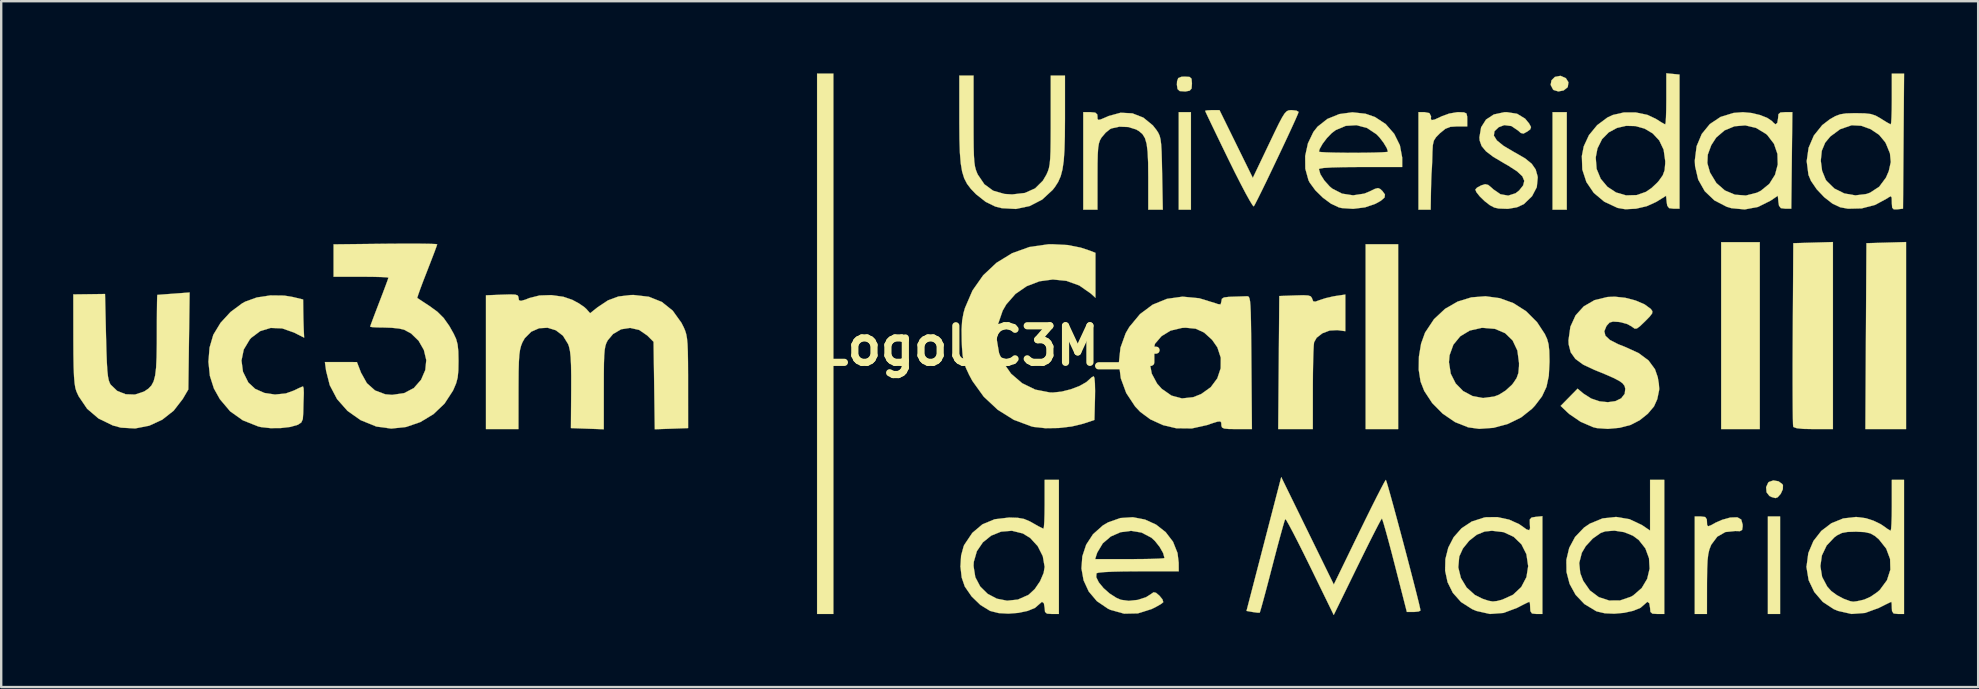
<source format=kicad_pcb>
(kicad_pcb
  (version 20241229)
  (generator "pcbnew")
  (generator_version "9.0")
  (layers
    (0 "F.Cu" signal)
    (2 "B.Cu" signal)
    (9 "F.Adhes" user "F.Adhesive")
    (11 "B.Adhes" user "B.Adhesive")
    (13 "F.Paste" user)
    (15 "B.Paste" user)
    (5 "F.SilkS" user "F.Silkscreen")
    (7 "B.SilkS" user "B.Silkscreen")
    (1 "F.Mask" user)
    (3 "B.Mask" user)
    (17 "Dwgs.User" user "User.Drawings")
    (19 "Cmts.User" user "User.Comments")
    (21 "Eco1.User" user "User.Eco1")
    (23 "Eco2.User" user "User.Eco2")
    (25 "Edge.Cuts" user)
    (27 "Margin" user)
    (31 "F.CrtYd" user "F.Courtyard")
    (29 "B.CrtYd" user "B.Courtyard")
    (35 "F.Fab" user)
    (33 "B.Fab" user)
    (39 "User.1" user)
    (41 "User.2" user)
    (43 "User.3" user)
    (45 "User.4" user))
  (footprint "LogoUC3M_4"
    (layer "F.Cu")
    (at 38.199 11.361)
    (property "Reference" "LogoUC3M_4" (at 0 0 0) (layer "F.SilkS") (effects (font (size 1.524 1.524) (thickness 0.3))))
    (attr through_hole)
    (fp_poly (pts (xy -6.519 11.176) (xy -7.197 11.176) (xy -7.197 -11.345) (xy -6.519 -11.345) (xy -6.519 11.176)) (stroke (width 0.01) (type solid)) (fill yes) (layer "F.SilkS"))
    (fp_poly (pts (xy 8.382 -5.673) (xy 7.874 -5.673) (xy 7.874 -9.737) (xy 8.382 -9.737) (xy 8.382 -5.673)) (stroke (width 0.01) (type solid)) (fill yes) (layer "F.SilkS"))
    (fp_poly (pts (xy 17.018 3.471) (xy 15.663 3.471) (xy 15.663 -4.233) (xy 17.018 -4.233) (xy 17.018 3.471)) (stroke (width 0.01) (type solid)) (fill yes) (layer "F.SilkS"))
    (fp_poly (pts (xy 24.045 -5.673) (xy 23.453 -5.673) (xy 23.453 -9.737) (xy 24.045 -9.737) (xy 24.045 -5.673)) (stroke (width 0.01) (type solid)) (fill yes) (layer "F.SilkS"))
    (fp_poly (pts (xy 32.089 3.471) (xy 30.48 3.471) (xy 30.48 -4.318) (xy 32.089 -4.318) (xy 32.089 3.471)) (stroke (width 0.01) (type solid)) (fill yes) (layer "F.SilkS"))
    (fp_poly (pts (xy 32.935 11.176) (xy 32.427 11.176) (xy 32.427 7.112) (xy 32.935 7.112) (xy 32.935 11.176)) (stroke (width 0.01) (type solid)) (fill yes) (layer "F.SilkS"))
    (fp_poly (pts (xy 38.185 3.471) (xy 36.49 3.471) (xy 36.534 -4.276) (xy 37.359 -4.3) (xy 38.185 -4.324) (xy 38.185 3.471)) (stroke (width 0.01) (type solid)) (fill yes) (layer "F.SilkS"))
    (fp_poly (pts (xy 23.799 -11.246) (xy 24.008 -11.153) (xy 24.115 -10.984) (xy 24.088 -10.789) (xy 24.079 -10.774) (xy 23.915 -10.642) (xy 23.694 -10.6) (xy 23.499 -10.659) (xy 23.473 -10.681) (xy 23.373 -10.874) (xy 23.408 -11.064) (xy 23.55 -11.206) (xy 23.771 -11.249) (xy 23.799 -11.246)) (stroke (width 0.01) (type solid)) (fill yes) (layer "F.SilkS"))
    (fp_poly (pts (xy 8.327 -11.205) (xy 8.408 -11.131) (xy 8.424 -10.945) (xy 8.424 -10.922) (xy 8.409 -10.721) (xy 8.33 -10.632) (xy 8.149 -10.599) (xy 7.914 -10.616) (xy 7.824 -10.699) (xy 7.797 -10.882) (xy 7.804 -11.022) (xy 7.853 -11.157) (xy 7.984 -11.211) (xy 8.128 -11.218) (xy 8.327 -11.205)) (stroke (width 0.01) (type solid)) (fill yes) (layer "F.SilkS"))
    (fp_poly (pts (xy 32.87 5.647) (xy 33.031 5.766) (xy 33.055 5.811) (xy 33.05 5.977) (xy 32.964 6.167) (xy 32.836 6.312) (xy 32.743 6.347) (xy 32.586 6.305) (xy 32.491 6.259) (xy 32.371 6.104) (xy 32.353 5.891) (xy 32.441 5.7) (xy 32.469 5.674) (xy 32.655 5.61) (xy 32.87 5.647)) (stroke (width 0.01) (type solid)) (fill yes) (layer "F.SilkS"))
    (fp_poly (pts (xy 35.137 3.471) (xy 34.33 3.471) (xy 33.904 3.463) (xy 33.632 3.435) (xy 33.499 3.388) (xy 33.482 3.365) (xy 33.474 3.261) (xy 33.468 3.005) (xy 33.463 2.615) (xy 33.46 2.109) (xy 33.458 1.503) (xy 33.458 0.817) (xy 33.461 0.067) (xy 33.464 -0.508) (xy 33.486 -4.276) (xy 34.311 -4.3) (xy 35.137 -4.324) (xy 35.137 3.471)) (stroke (width 0.01) (type solid)) (fill yes) (layer "F.SilkS"))
    (fp_poly (pts (xy 14.817 -0.609) (xy 14.484 -0.653) (xy 14.163 -0.636) (xy 13.858 -0.52) (xy 13.621 -0.335) (xy 13.515 -0.147) (xy 13.5 -0.007) (xy 13.486 0.274) (xy 13.475 0.666) (xy 13.467 1.14) (xy 13.463 1.667) (xy 13.463 1.757) (xy 13.462 3.471) (xy 12.02 3.471) (xy 12.043 0.699) (xy 12.065 -2.074) (xy 12.728 -2.099) (xy 13.064 -2.108) (xy 13.267 -2.097) (xy 13.375 -2.061) (xy 13.425 -1.991) (xy 13.435 -1.959) (xy 13.48 -1.853) (xy 13.571 -1.841) (xy 13.745 -1.905) (xy 13.999 -1.987) (xy 14.313 -2.059) (xy 14.415 -2.076) (xy 14.817 -2.136) (xy 14.817 -0.609)) (stroke (width 0.01) (type solid)) (fill yes) (layer "F.SilkS"))
    (fp_poly (pts (xy 29.815 7.135) (xy 29.881 7.232) (xy 29.887 7.324) (xy 29.894 7.472) (xy 29.94 7.521) (xy 30.063 7.475) (xy 30.242 7.374) (xy 30.521 7.251) (xy 30.833 7.164) (xy 30.868 7.157) (xy 31.154 7.147) (xy 31.316 7.24) (xy 31.375 7.451) (xy 31.375 7.535) (xy 31.353 7.673) (xy 31.263 7.724) (xy 31.059 7.719) (xy 30.654 7.762) (xy 30.318 7.954) (xy 30.071 8.284) (xy 30.052 8.324) (xy 29.986 8.495) (xy 29.941 8.693) (xy 29.912 8.95) (xy 29.896 9.301) (xy 29.89 9.78) (xy 29.889 9.927) (xy 29.887 11.176) (xy 29.379 11.176) (xy 29.379 7.112) (xy 29.633 7.112) (xy 29.815 7.135)) (stroke (width 0.01) (type solid)) (fill yes) (layer "F.SilkS"))
    (fp_poly (pts (xy 18.32 -9.698) (xy 18.39 -9.565) (xy 18.383 -9.461) (xy 18.411 -9.404) (xy 18.539 -9.429) (xy 18.786 -9.541) (xy 18.838 -9.567) (xy 19.145 -9.678) (xy 19.477 -9.735) (xy 19.534 -9.737) (xy 19.76 -9.729) (xy 19.865 -9.682) (xy 19.895 -9.555) (xy 19.897 -9.44) (xy 19.897 -9.144) (xy 19.479 -9.144) (xy 19.193 -9.125) (xy 18.985 -9.043) (xy 18.765 -8.864) (xy 18.76 -8.859) (xy 18.598 -8.695) (xy 18.506 -8.549) (xy 18.463 -8.362) (xy 18.447 -8.077) (xy 18.445 -7.991) (xy 18.436 -7.678) (xy 18.425 -7.421) (xy 18.415 -7.281) (xy 18.406 -7.142) (xy 18.396 -6.882) (xy 18.388 -6.547) (xy 18.385 -6.413) (xy 18.373 -5.673) (xy 17.865 -5.673) (xy 17.865 -9.737) (xy 18.119 -9.737) (xy 18.32 -9.698)) (stroke (width 0.01) (type solid)) (fill yes) (layer "F.SilkS"))
    (fp_poly (pts (xy 10.267 -8.409) (xy 10.961 -6.997) (xy 11.635 -8.409) (xy 11.872 -8.905) (xy 12.05 -9.269) (xy 12.184 -9.521) (xy 12.286 -9.682) (xy 12.371 -9.771) (xy 12.452 -9.811) (xy 12.544 -9.821) (xy 12.589 -9.821) (xy 12.778 -9.801) (xy 12.868 -9.75) (xy 12.869 -9.743) (xy 12.834 -9.648) (xy 12.737 -9.426) (xy 12.59 -9.102) (xy 12.405 -8.702) (xy 12.193 -8.251) (xy 11.968 -7.776) (xy 11.741 -7.3) (xy 11.525 -6.849) (xy 11.33 -6.45) (xy 11.17 -6.127) (xy 11.056 -5.905) (xy 11.001 -5.81) (xy 10.948 -5.863) (xy 10.833 -6.05) (xy 10.665 -6.352) (xy 10.456 -6.75) (xy 10.214 -7.225) (xy 9.955 -7.75) (xy 9.694 -8.287) (xy 9.459 -8.773) (xy 9.26 -9.186) (xy 9.106 -9.508) (xy 9.008 -9.716) (xy 8.975 -9.792) (xy 9.049 -9.811) (xy 9.233 -9.821) (xy 9.274 -9.821) (xy 9.573 -9.821) (xy 10.267 -8.409)) (stroke (width 0.01) (type solid)) (fill yes) (layer "F.SilkS"))
    (fp_poly (pts (xy 4.395 -9.718) (xy 4.478 -9.644) (xy 4.487 -9.567) (xy 4.49 -9.459) (xy 4.522 -9.414) (xy 4.62 -9.433) (xy 4.82 -9.517) (xy 4.956 -9.577) (xy 5.454 -9.713) (xy 5.944 -9.687) (xy 6.4 -9.509) (xy 6.795 -9.186) (xy 6.95 -8.989) (xy 7.024 -8.873) (xy 7.078 -8.754) (xy 7.116 -8.602) (xy 7.142 -8.391) (xy 7.16 -8.091) (xy 7.172 -7.675) (xy 7.182 -7.182) (xy 7.21 -5.673) (xy 6.604 -5.673) (xy 6.604 -7.032) (xy 6.599 -7.628) (xy 6.578 -8.08) (xy 6.537 -8.413) (xy 6.468 -8.651) (xy 6.365 -8.82) (xy 6.221 -8.944) (xy 6.099 -9.016) (xy 5.772 -9.117) (xy 5.403 -9.132) (xy 5.075 -9.06) (xy 5.011 -9.029) (xy 4.827 -8.881) (xy 4.654 -8.675) (xy 4.652 -8.673) (xy 4.59 -8.561) (xy 4.546 -8.427) (xy 4.516 -8.239) (xy 4.499 -7.971) (xy 4.49 -7.592) (xy 4.488 -7.074) (xy 4.488 -7.048) (xy 4.487 -5.673) (xy 3.895 -5.673) (xy 3.895 -9.737) (xy 4.191 -9.737) (xy 4.395 -9.718)) (stroke (width 0.01) (type solid)) (fill yes) (layer "F.SilkS"))
    (fp_poly (pts (xy -33.374 -0.201) (xy -33.401 1.82) (xy -33.632 2.214) (xy -34.01 2.703) (xy -34.487 3.079) (xy -35.032 3.33) (xy -35.617 3.444) (xy -36.211 3.411) (xy -36.548 3.32) (xy -37.145 3.029) (xy -37.618 2.625) (xy -37.972 2.102) (xy -38.062 1.907) (xy -38.107 1.764) (xy -38.14 1.56) (xy -38.164 1.273) (xy -38.18 0.881) (xy -38.189 0.363) (xy -38.192 -0.269) (xy -38.194 -2.142) (xy -37.533 -2.15) (xy -36.872 -2.159) (xy -36.83 -0.381) (xy -36.814 0.228) (xy -36.796 0.692) (xy -36.776 1.033) (xy -36.749 1.276) (xy -36.715 1.445) (xy -36.67 1.562) (xy -36.635 1.621) (xy -36.365 1.879) (xy -36.013 2.019) (xy -35.625 2.032) (xy -35.251 1.908) (xy -35.224 1.893) (xy -35.062 1.783) (xy -34.938 1.653) (xy -34.847 1.48) (xy -34.784 1.242) (xy -34.744 0.915) (xy -34.723 0.476) (xy -34.714 -0.096) (xy -34.713 -0.457) (xy -34.712 -0.967) (xy -34.709 -1.413) (xy -34.705 -1.771) (xy -34.7 -2.015) (xy -34.693 -2.119) (xy -34.692 -2.121) (xy -34.604 -2.128) (xy -34.389 -2.145) (xy -34.089 -2.167) (xy -34.009 -2.173) (xy -33.347 -2.222) (xy -33.374 -0.201)) (stroke (width 0.01) (type solid)) (fill yes) (layer "F.SilkS"))
    (fp_poly (pts (xy -0.677 -9.382) (xy -0.676 -8.764) (xy -0.672 -8.29) (xy -0.662 -7.934) (xy -0.645 -7.673) (xy -0.618 -7.479) (xy -0.579 -7.329) (xy -0.528 -7.197) (xy -0.498 -7.133) (xy -0.225 -6.731) (xy 0.14 -6.464) (xy 0.608 -6.329) (xy 0.931 -6.308) (xy 1.463 -6.37) (xy 1.888 -6.56) (xy 2.213 -6.882) (xy 2.36 -7.133) (xy 2.419 -7.266) (xy 2.464 -7.404) (xy 2.496 -7.574) (xy 2.517 -7.8) (xy 2.531 -8.108) (xy 2.537 -8.523) (xy 2.54 -9.07) (xy 2.54 -9.382) (xy 2.54 -11.261) (xy 3.133 -11.261) (xy 3.133 -9.456) (xy 3.128 -8.736) (xy 3.112 -8.161) (xy 3.081 -7.707) (xy 3.029 -7.35) (xy 2.954 -7.065) (xy 2.85 -6.829) (xy 2.714 -6.617) (xy 2.621 -6.498) (xy 2.181 -6.092) (xy 1.66 -5.824) (xy 1.089 -5.703) (xy 0.496 -5.736) (xy 0.229 -5.804) (xy -0.168 -5.997) (xy -0.568 -6.312) (xy -0.589 -6.333) (xy -0.789 -6.541) (xy -0.947 -6.749) (xy -1.066 -6.979) (xy -1.152 -7.256) (xy -1.21 -7.602) (xy -1.246 -8.042) (xy -1.264 -8.599) (xy -1.27 -9.297) (xy -1.27 -9.456) (xy -1.27 -11.261) (xy -0.677 -11.261) (xy -0.677 -9.382)) (stroke (width 0.01) (type solid)) (fill yes) (layer "F.SilkS"))
    (fp_poly (pts (xy 28.109 11.176) (xy 27.813 11.176) (xy 27.614 11.162) (xy 27.532 11.09) (xy 27.517 10.922) (xy 27.485 10.729) (xy 27.404 10.669) (xy 27.3 10.76) (xy 27.3 10.761) (xy 27.117 10.92) (xy 26.813 11.044) (xy 26.433 11.128) (xy 26.024 11.164) (xy 25.631 11.147) (xy 25.3 11.07) (xy 25.266 11.056) (xy 24.781 10.763) (xy 24.413 10.377) (xy 24.164 9.923) (xy 24.035 9.428) (xy 24.03 9.051) (xy 24.564 9.051) (xy 24.607 9.474) (xy 24.73 9.794) (xy 25.01 10.197) (xy 25.38 10.474) (xy 25.81 10.615) (xy 26.268 10.612) (xy 26.723 10.456) (xy 26.813 10.404) (xy 27.168 10.096) (xy 27.396 9.713) (xy 27.498 9.287) (xy 27.472 8.853) (xy 27.321 8.443) (xy 27.043 8.091) (xy 26.803 7.915) (xy 26.436 7.766) (xy 26.03 7.703) (xy 25.652 7.732) (xy 25.458 7.8) (xy 25.129 8.032) (xy 24.839 8.345) (xy 24.673 8.625) (xy 24.564 9.051) (xy 24.03 9.051) (xy 24.029 8.919) (xy 24.147 8.423) (xy 24.391 7.967) (xy 24.764 7.577) (xy 25.007 7.411) (xy 25.538 7.193) (xy 26.099 7.132) (xy 26.658 7.225) (xy 27.18 7.471) (xy 27.209 7.491) (xy 27.517 7.7) (xy 27.517 5.588) (xy 28.109 5.588) (xy 28.109 11.176)) (stroke (width 0.01) (type solid)) (fill yes) (layer "F.SilkS"))
    (fp_poly (pts (xy -29.402 -2.093) (xy -29.05 -2.034) (xy -28.617 -1.93) (xy -28.611 -1.452) (xy -28.605 -1.115) (xy -28.595 -0.792) (xy -28.59 -0.656) (xy -28.58 -0.452) (xy -28.575 -0.344) (xy -28.575 -0.339) (xy -28.643 -0.374) (xy -28.82 -0.463) (xy -28.992 -0.551) (xy -29.489 -0.725) (xy -29.967 -0.745) (xy -30.405 -0.612) (xy -30.78 -0.331) (xy -30.841 -0.263) (xy -31.091 0.156) (xy -31.185 0.614) (xy -31.123 1.08) (xy -30.902 1.526) (xy -30.896 1.534) (xy -30.612 1.797) (xy -30.228 1.965) (xy -29.788 2.031) (xy -29.339 1.986) (xy -28.998 1.863) (xy -28.787 1.76) (xy -28.645 1.7) (xy -28.621 1.693) (xy -28.596 1.769) (xy -28.588 1.958) (xy -28.59 2.053) (xy -28.602 2.381) (xy -28.61 2.735) (xy -28.612 2.802) (xy -28.629 3.053) (xy -28.691 3.194) (xy -28.825 3.285) (xy -28.843 3.293) (xy -29.149 3.381) (xy -29.551 3.428) (xy -29.981 3.431) (xy -30.369 3.388) (xy -30.486 3.361) (xy -31.13 3.105) (xy -31.659 2.73) (xy -32.086 2.224) (xy -32.335 1.778) (xy -32.502 1.255) (xy -32.563 0.666) (xy -32.516 0.076) (xy -32.362 -0.452) (xy -32.356 -0.466) (xy -32.058 -0.957) (xy -31.642 -1.409) (xy -31.158 -1.769) (xy -31.03 -1.84) (xy -30.547 -2.014) (xy -29.981 -2.1) (xy -29.402 -2.093)) (stroke (width 0.01) (type solid)) (fill yes) (layer "F.SilkS"))
    (fp_poly (pts (xy 3.235 -4.2) (xy 3.785 -4.093) (xy 4.17 -3.965) (xy 4.403 -3.874) (xy 4.403 -2.002) (xy 4.212 -2.177) (xy 3.729 -2.514) (xy 3.192 -2.707) (xy 2.629 -2.764) (xy 2.069 -2.688) (xy 1.54 -2.485) (xy 1.07 -2.162) (xy 0.686 -1.723) (xy 0.536 -1.462) (xy 0.337 -0.882) (xy 0.287 -0.281) (xy 0.386 0.301) (xy 0.528 0.647) (xy 0.886 1.162) (xy 1.35 1.56) (xy 1.895 1.826) (xy 2.495 1.943) (xy 2.637 1.947) (xy 2.991 1.91) (xy 3.379 1.812) (xy 3.742 1.673) (xy 4.022 1.514) (xy 4.108 1.438) (xy 4.247 1.312) (xy 4.334 1.27) (xy 4.362 1.349) (xy 4.381 1.562) (xy 4.388 1.876) (xy 4.384 2.18) (xy 4.36 3.09) (xy 3.895 3.246) (xy 3.416 3.362) (xy 2.866 3.426) (xy 2.317 3.434) (xy 1.837 3.382) (xy 1.736 3.359) (xy 1 3.085) (xy 0.33 2.666) (xy -0.253 2.12) (xy -0.725 1.465) (xy -0.862 1.209) (xy -0.995 0.923) (xy -1.08 0.676) (xy -1.13 0.412) (xy -1.158 0.072) (xy -1.169 -0.207) (xy -1.175 -0.682) (xy -1.152 -1.05) (xy -1.094 -1.369) (xy -1.035 -1.575) (xy -0.72 -2.306) (xy -0.276 -2.938) (xy 0.279 -3.459) (xy 0.927 -3.857) (xy 1.652 -4.118) (xy 2.436 -4.23) (xy 2.601 -4.233) (xy 3.235 -4.2)) (stroke (width 0.01) (type solid)) (fill yes) (layer "F.SilkS"))
    (fp_poly (pts (xy 21.975 -9.67) (xy 22.308 -9.468) (xy 22.474 -9.267) (xy 22.556 -9.115) (xy 22.522 -9.018) (xy 22.401 -8.929) (xy 22.242 -8.843) (xy 22.128 -8.87) (xy 22.021 -8.967) (xy 21.738 -9.158) (xy 21.442 -9.197) (xy 21.208 -9.109) (xy 21.033 -8.942) (xy 21.007 -8.76) (xy 21.133 -8.558) (xy 21.415 -8.33) (xy 21.858 -8.069) (xy 21.9 -8.047) (xy 22.311 -7.809) (xy 22.585 -7.586) (xy 22.749 -7.349) (xy 22.828 -7.069) (xy 22.835 -7.011) (xy 22.796 -6.611) (xy 22.598 -6.234) (xy 22.256 -5.904) (xy 21.968 -5.772) (xy 21.594 -5.708) (xy 21.209 -5.721) (xy 21.027 -5.761) (xy 20.841 -5.859) (xy 20.623 -6.028) (xy 20.42 -6.225) (xy 20.276 -6.407) (xy 20.235 -6.512) (xy 20.305 -6.591) (xy 20.473 -6.682) (xy 20.477 -6.684) (xy 20.643 -6.735) (xy 20.772 -6.705) (xy 20.93 -6.573) (xy 20.979 -6.525) (xy 21.283 -6.316) (xy 21.605 -6.259) (xy 21.912 -6.357) (xy 22.06 -6.473) (xy 22.227 -6.683) (xy 22.275 -6.874) (xy 22.194 -7.065) (xy 21.975 -7.27) (xy 21.609 -7.507) (xy 21.421 -7.614) (xy 20.979 -7.877) (xy 20.678 -8.107) (xy 20.496 -8.326) (xy 20.415 -8.556) (xy 20.405 -8.687) (xy 20.476 -9.106) (xy 20.68 -9.428) (xy 21.006 -9.641) (xy 21.44 -9.734) (xy 21.546 -9.737) (xy 21.975 -9.67)) (stroke (width 0.01) (type solid)) (fill yes) (layer "F.SilkS"))
    (fp_poly (pts (xy 33.424 -7.726) (xy 33.401 -5.715) (xy 33.147 -5.715) (xy 32.967 -5.737) (xy 32.89 -5.839) (xy 32.867 -5.984) (xy 32.841 -6.254) (xy 32.539 -6.049) (xy 32.018 -5.789) (xy 31.462 -5.683) (xy 30.905 -5.736) (xy 30.713 -5.793) (xy 30.196 -6.061) (xy 29.795 -6.444) (xy 29.523 -6.926) (xy 29.392 -7.489) (xy 29.386 -7.609) (xy 29.904 -7.609) (xy 30.014 -7.226) (xy 30.018 -7.216) (xy 30.279 -6.785) (xy 30.633 -6.475) (xy 31.053 -6.298) (xy 31.509 -6.263) (xy 31.973 -6.381) (xy 32.129 -6.459) (xy 32.487 -6.75) (xy 32.724 -7.127) (xy 32.838 -7.555) (xy 32.825 -7.997) (xy 32.681 -8.417) (xy 32.404 -8.78) (xy 32.35 -8.828) (xy 31.933 -9.081) (xy 31.484 -9.186) (xy 31.036 -9.149) (xy 30.622 -8.978) (xy 30.272 -8.678) (xy 30.067 -8.361) (xy 29.921 -7.965) (xy 29.904 -7.609) (xy 29.386 -7.609) (xy 29.381 -7.723) (xy 29.457 -8.319) (xy 29.672 -8.83) (xy 30.009 -9.242) (xy 30.454 -9.538) (xy 30.992 -9.704) (xy 31.387 -9.735) (xy 31.741 -9.702) (xy 32.095 -9.618) (xy 32.399 -9.499) (xy 32.601 -9.363) (xy 32.634 -9.322) (xy 32.738 -9.229) (xy 32.818 -9.288) (xy 32.851 -9.48) (xy 32.851 -9.483) (xy 32.867 -9.653) (xy 32.95 -9.723) (xy 33.149 -9.737) (xy 33.446 -9.737) (xy 33.424 -7.726)) (stroke (width 0.01) (type solid)) (fill yes) (layer "F.SilkS"))
    (fp_poly (pts (xy 21.252 -1.985) (xy 21.822 -1.778) (xy 22.348 -1.443) (xy 22.808 -0.983) (xy 23.131 -0.491) (xy 23.227 -0.283) (xy 23.286 -0.066) (xy 23.316 0.211) (xy 23.325 0.598) (xy 23.325 0.677) (xy 23.297 1.25) (xy 23.2 1.709) (xy 23.014 2.106) (xy 22.723 2.489) (xy 22.593 2.628) (xy 22.14 2.987) (xy 21.591 3.255) (xy 20.994 3.418) (xy 20.396 3.461) (xy 19.934 3.397) (xy 19.386 3.178) (xy 18.875 2.829) (xy 18.437 2.386) (xy 18.106 1.882) (xy 17.952 1.49) (xy 17.875 0.999) (xy 17.88 0.682) (xy 19.135 0.682) (xy 19.21 1.162) (xy 19.416 1.569) (xy 19.727 1.886) (xy 20.117 2.094) (xy 20.556 2.176) (xy 21.02 2.114) (xy 21.219 2.039) (xy 21.495 1.866) (xy 21.754 1.63) (xy 21.811 1.561) (xy 21.955 1.345) (xy 22.029 1.135) (xy 22.054 0.856) (xy 22.056 0.72) (xy 21.987 0.197) (xy 21.789 -0.222) (xy 21.474 -0.527) (xy 21.053 -0.706) (xy 20.537 -0.749) (xy 20.494 -0.746) (xy 20.004 -0.636) (xy 19.606 -0.396) (xy 19.319 -0.046) (xy 19.16 0.396) (xy 19.135 0.682) (xy 17.88 0.682) (xy 17.884 0.449) (xy 17.974 -0.089) (xy 18.137 -0.544) (xy 18.14 -0.55) (xy 18.512 -1.11) (xy 18.972 -1.54) (xy 19.498 -1.843) (xy 20.068 -2.018) (xy 20.66 -2.065) (xy 21.252 -1.985)) (stroke (width 0.01) (type solid)) (fill yes) (layer "F.SilkS"))
    (fp_poly (pts (xy 23.029 11.176) (xy 22.775 11.176) (xy 22.595 11.155) (xy 22.529 11.056) (xy 22.521 10.922) (xy 22.512 10.743) (xy 22.488 10.668) (xy 22.488 10.668) (xy 22.401 10.704) (xy 22.208 10.799) (xy 21.971 10.922) (xy 21.408 11.133) (xy 20.844 11.176) (xy 20.279 11.049) (xy 20.102 10.974) (xy 19.637 10.677) (xy 19.297 10.295) (xy 19.078 9.852) (xy 18.976 9.374) (xy 18.979 9.236) (xy 19.524 9.236) (xy 19.633 9.677) (xy 19.87 10.071) (xy 20.215 10.383) (xy 20.532 10.541) (xy 20.787 10.626) (xy 20.962 10.656) (xy 21.139 10.636) (xy 21.355 10.58) (xy 21.805 10.375) (xy 22.148 10.053) (xy 22.365 9.64) (xy 22.437 9.182) (xy 22.363 8.684) (xy 22.155 8.272) (xy 21.833 7.961) (xy 21.417 7.767) (xy 20.929 7.708) (xy 20.621 7.741) (xy 20.294 7.874) (xy 19.976 8.126) (xy 19.716 8.449) (xy 19.564 8.784) (xy 19.524 9.236) (xy 18.979 9.236) (xy 18.987 8.886) (xy 19.107 8.411) (xy 19.332 7.976) (xy 19.659 7.606) (xy 20.084 7.324) (xy 20.603 7.157) (xy 20.696 7.142) (xy 21.162 7.141) (xy 21.642 7.244) (xy 22.06 7.433) (xy 22.156 7.499) (xy 22.369 7.651) (xy 22.48 7.686) (xy 22.516 7.601) (xy 22.507 7.429) (xy 22.504 7.239) (xy 22.579 7.157) (xy 22.754 7.128) (xy 23.029 7.101) (xy 23.029 11.176)) (stroke (width 0.01) (type solid)) (fill yes) (layer "F.SilkS"))
    (fp_poly (pts (xy 28.469 -11.33) (xy 28.744 -11.303) (xy 28.744 -5.715) (xy 28.49 -5.715) (xy 28.311 -5.737) (xy 28.233 -5.839) (xy 28.21 -5.984) (xy 28.184 -6.252) (xy 27.775 -5.998) (xy 27.382 -5.819) (xy 26.93 -5.714) (xy 26.486 -5.691) (xy 26.161 -5.747) (xy 25.608 -6.006) (xy 25.171 -6.372) (xy 24.863 -6.825) (xy 24.693 -7.344) (xy 24.676 -7.847) (xy 25.252 -7.847) (xy 25.289 -7.373) (xy 25.46 -6.96) (xy 25.74 -6.626) (xy 26.1 -6.39) (xy 26.515 -6.269) (xy 26.958 -6.281) (xy 27.341 -6.414) (xy 27.577 -6.575) (xy 27.818 -6.802) (xy 27.89 -6.885) (xy 28.046 -7.107) (xy 28.123 -7.319) (xy 28.148 -7.598) (xy 28.149 -7.698) (xy 28.082 -8.173) (xy 27.899 -8.558) (xy 27.626 -8.851) (xy 27.288 -9.051) (xy 26.91 -9.157) (xy 26.518 -9.167) (xy 26.138 -9.08) (xy 25.795 -8.895) (xy 25.515 -8.611) (xy 25.324 -8.225) (xy 25.252 -7.847) (xy 24.676 -7.847) (xy 24.674 -7.909) (xy 24.753 -8.312) (xy 24.97 -8.779) (xy 25.312 -9.195) (xy 25.739 -9.514) (xy 25.962 -9.619) (xy 26.422 -9.724) (xy 26.923 -9.724) (xy 27.402 -9.625) (xy 27.759 -9.458) (xy 27.968 -9.325) (xy 28.114 -9.242) (xy 28.15 -9.229) (xy 28.167 -9.308) (xy 28.18 -9.525) (xy 28.19 -9.847) (xy 28.194 -10.242) (xy 28.194 -10.292) (xy 28.194 -11.356) (xy 28.469 -11.33)) (stroke (width 0.01) (type solid)) (fill yes) (layer "F.SilkS"))
    (fp_poly (pts (xy 13.241 7.71) (xy 14.337 9.948) (xy 15.396 7.768) (xy 15.67 7.209) (xy 15.92 6.703) (xy 16.138 6.269) (xy 16.314 5.927) (xy 16.438 5.694) (xy 16.501 5.591) (xy 16.505 5.588) (xy 16.534 5.666) (xy 16.6 5.885) (xy 16.695 6.221) (xy 16.814 6.652) (xy 16.95 7.154) (xy 17.098 7.704) (xy 17.251 8.278) (xy 17.403 8.853) (xy 17.547 9.407) (xy 17.679 9.916) (xy 17.791 10.356) (xy 17.878 10.705) (xy 17.932 10.939) (xy 17.949 11.032) (xy 17.875 11.072) (xy 17.693 11.091) (xy 17.665 11.091) (xy 17.381 11.091) (xy 16.882 9.144) (xy 16.741 8.598) (xy 16.611 8.111) (xy 16.5 7.706) (xy 16.413 7.405) (xy 16.357 7.231) (xy 16.34 7.197) (xy 16.293 7.27) (xy 16.183 7.475) (xy 16.019 7.793) (xy 15.811 8.204) (xy 15.571 8.688) (xy 15.316 9.207) (xy 14.334 11.218) (xy 13.347 9.194) (xy 13.083 8.659) (xy 12.843 8.181) (xy 12.636 7.778) (xy 12.472 7.47) (xy 12.362 7.276) (xy 12.314 7.215) (xy 12.281 7.307) (xy 12.213 7.539) (xy 12.116 7.889) (xy 11.996 8.332) (xy 11.861 8.846) (xy 11.774 9.181) (xy 11.633 9.724) (xy 11.505 10.21) (xy 11.396 10.614) (xy 11.313 10.914) (xy 11.261 11.088) (xy 11.248 11.122) (xy 11.153 11.122) (xy 10.965 11.096) (xy 10.958 11.095) (xy 10.698 11.049) (xy 11.422 8.26) (xy 12.146 5.471) (xy 13.241 7.71)) (stroke (width 0.01) (type solid)) (fill yes) (layer "F.SilkS"))
    (fp_poly (pts (xy 2.879 11.176) (xy 2.582 11.176) (xy 2.383 11.162) (xy 2.302 11.09) (xy 2.286 10.922) (xy 2.254 10.729) (xy 2.174 10.669) (xy 2.07 10.76) (xy 2.069 10.761) (xy 1.882 10.924) (xy 1.575 11.049) (xy 1.19 11.13) (xy 0.775 11.162) (xy 0.372 11.139) (xy 0.029 11.053) (xy 0 11.041) (xy -0.391 10.8) (xy -0.757 10.446) (xy -1.042 10.033) (xy -1.171 9.657) (xy -1.222 9.204) (xy -1.221 9.179) (xy -0.677 9.179) (xy -0.603 9.643) (xy -0.397 10.034) (xy -0.089 10.337) (xy 0.294 10.539) (xy 0.723 10.623) (xy 1.169 10.576) (xy 1.605 10.383) (xy 1.62 10.374) (xy 1.874 10.137) (xy 2.095 9.813) (xy 2.244 9.466) (xy 2.286 9.215) (xy 2.209 8.769) (xy 1.998 8.351) (xy 1.685 8.009) (xy 1.379 7.821) (xy 0.921 7.708) (xy 0.471 7.745) (xy 0.059 7.911) (xy -0.287 8.189) (xy -0.539 8.56) (xy -0.667 9.004) (xy -0.677 9.179) (xy -1.221 9.179) (xy -1.196 8.746) (xy -1.09 8.354) (xy -1.064 8.297) (xy -0.728 7.796) (xy -0.308 7.441) (xy 0.202 7.229) (xy 0.804 7.157) (xy 1.162 7.168) (xy 1.426 7.215) (xy 1.667 7.317) (xy 1.793 7.387) (xy 2.021 7.517) (xy 2.186 7.601) (xy 2.238 7.62) (xy 2.256 7.541) (xy 2.272 7.325) (xy 2.282 7.005) (xy 2.286 6.614) (xy 2.286 6.604) (xy 2.286 5.588) (xy 2.879 5.588) (xy 2.879 11.176)) (stroke (width 0.01) (type solid)) (fill yes) (layer "F.SilkS"))
    (fp_poly (pts (xy 6.468 7.241) (xy 6.932 7.453) (xy 7.33 7.766) (xy 7.636 8.165) (xy 7.824 8.637) (xy 7.872 9.038) (xy 7.874 9.398) (xy 6.186 9.398) (xy 5.614 9.402) (xy 5.134 9.413) (xy 4.766 9.431) (xy 4.53 9.455) (xy 4.447 9.48) (xy 4.437 9.644) (xy 4.544 9.86) (xy 4.739 10.097) (xy 4.993 10.322) (xy 5.276 10.504) (xy 5.465 10.585) (xy 5.793 10.629) (xy 6.167 10.589) (xy 6.512 10.477) (xy 6.711 10.351) (xy 6.825 10.271) (xy 6.928 10.293) (xy 7.068 10.412) (xy 7.195 10.566) (xy 7.23 10.681) (xy 7.226 10.689) (xy 7.126 10.767) (xy 6.922 10.883) (xy 6.742 10.972) (xy 6.172 11.151) (xy 5.598 11.163) (xy 5.035 11.007) (xy 4.925 10.956) (xy 4.462 10.641) (xy 4.123 10.239) (xy 3.909 9.776) (xy 3.82 9.279) (xy 3.848 8.89) (xy 4.391 8.89) (xy 5.836 8.89) (xy 6.31 8.888) (xy 6.718 8.881) (xy 7.034 8.87) (xy 7.229 8.857) (xy 7.281 8.845) (xy 7.224 8.637) (xy 7.077 8.379) (xy 6.88 8.131) (xy 6.734 7.997) (xy 6.328 7.784) (xy 5.888 7.711) (xy 5.448 7.769) (xy 5.044 7.946) (xy 4.709 8.232) (xy 4.479 8.616) (xy 4.45 8.7) (xy 4.391 8.89) (xy 3.848 8.89) (xy 3.856 8.775) (xy 4.016 8.29) (xy 4.301 7.853) (xy 4.71 7.488) (xy 4.932 7.357) (xy 5.442 7.178) (xy 5.963 7.144) (xy 6.468 7.241)) (stroke (width 0.01) (type solid)) (fill yes) (layer "F.SilkS"))
    (fp_poly (pts (xy 38.058 -5.715) (xy 37.825 -5.688) (xy 37.672 -5.686) (xy 37.606 -5.756) (xy 37.592 -5.946) (xy 37.592 -5.974) (xy 37.586 -6.175) (xy 37.549 -6.234) (xy 37.448 -6.18) (xy 37.401 -6.146) (xy 36.902 -5.875) (xy 36.339 -5.727) (xy 35.766 -5.713) (xy 35.436 -5.774) (xy 35.114 -5.928) (xy 34.775 -6.193) (xy 34.463 -6.522) (xy 34.224 -6.87) (xy 34.118 -7.121) (xy 34.044 -7.693) (xy 34.047 -7.715) (xy 34.631 -7.715) (xy 34.686 -7.295) (xy 34.835 -6.928) (xy 34.871 -6.874) (xy 35.197 -6.555) (xy 35.613 -6.349) (xy 36.074 -6.269) (xy 36.537 -6.328) (xy 36.685 -6.381) (xy 37.065 -6.629) (xy 37.347 -7.008) (xy 37.465 -7.281) (xy 37.549 -7.658) (xy 37.514 -8.018) (xy 37.351 -8.417) (xy 37.312 -8.49) (xy 37.061 -8.792) (xy 36.708 -9.029) (xy 36.311 -9.171) (xy 35.925 -9.191) (xy 35.904 -9.187) (xy 35.437 -9.026) (xy 35.028 -8.723) (xy 34.814 -8.465) (xy 34.673 -8.126) (xy 34.631 -7.715) (xy 34.047 -7.715) (xy 34.123 -8.251) (xy 34.342 -8.762) (xy 34.69 -9.196) (xy 35.005 -9.438) (xy 35.236 -9.57) (xy 35.441 -9.647) (xy 35.68 -9.684) (xy 36.014 -9.694) (xy 36.104 -9.694) (xy 36.467 -9.687) (xy 36.719 -9.658) (xy 36.917 -9.593) (xy 37.118 -9.48) (xy 37.146 -9.461) (xy 37.359 -9.328) (xy 37.509 -9.244) (xy 37.548 -9.229) (xy 37.565 -9.308) (xy 37.578 -9.525) (xy 37.588 -9.846) (xy 37.592 -10.241) (xy 37.592 -10.287) (xy 37.592 -11.345) (xy 38.102 -11.345) (xy 38.058 -5.715)) (stroke (width 0.01) (type solid)) (fill yes) (layer "F.SilkS"))
    (fp_poly (pts (xy 15.662 -9.67) (xy 16.054 -9.533) (xy 16.5 -9.24) (xy 16.854 -8.834) (xy 17.091 -8.355) (xy 17.187 -7.842) (xy 17.187 -7.792) (xy 17.187 -7.451) (xy 15.452 -7.451) (xy 14.772 -7.446) (xy 14.259 -7.433) (xy 13.916 -7.412) (xy 13.74 -7.382) (xy 13.716 -7.362) (xy 13.778 -7.149) (xy 13.94 -6.892) (xy 14.162 -6.644) (xy 14.272 -6.551) (xy 14.679 -6.342) (xy 15.14 -6.271) (xy 15.607 -6.342) (xy 15.829 -6.433) (xy 16.051 -6.541) (xy 16.18 -6.574) (xy 16.273 -6.534) (xy 16.362 -6.451) (xy 16.468 -6.306) (xy 16.452 -6.18) (xy 16.3 -6.047) (xy 16.07 -5.918) (xy 15.64 -5.77) (xy 15.145 -5.708) (xy 14.671 -5.74) (xy 14.545 -5.769) (xy 14.226 -5.918) (xy 13.883 -6.171) (xy 13.567 -6.481) (xy 13.331 -6.803) (xy 13.282 -6.897) (xy 13.149 -7.38) (xy 13.144 -7.91) (xy 13.183 -8.09) (xy 13.716 -8.09) (xy 13.796 -8.075) (xy 14.018 -8.061) (xy 14.354 -8.051) (xy 14.777 -8.045) (xy 15.155 -8.043) (xy 15.628 -8.046) (xy 16.035 -8.053) (xy 16.349 -8.064) (xy 16.544 -8.078) (xy 16.595 -8.09) (xy 16.542 -8.244) (xy 16.411 -8.463) (xy 16.238 -8.688) (xy 16.115 -8.816) (xy 15.722 -9.077) (xy 15.284 -9.194) (xy 14.838 -9.167) (xy 14.421 -8.993) (xy 14.255 -8.869) (xy 14.049 -8.657) (xy 13.867 -8.416) (xy 13.746 -8.2) (xy 13.716 -8.09) (xy 13.183 -8.09) (xy 13.259 -8.437) (xy 13.485 -8.91) (xy 13.658 -9.131) (xy 14.069 -9.455) (xy 14.566 -9.657) (xy 15.11 -9.731) (xy 15.662 -9.67)) (stroke (width 0.01) (type solid)) (fill yes) (layer "F.SilkS"))
    (fp_poly (pts (xy 38.1 11.176) (xy 37.846 11.176) (xy 37.666 11.155) (xy 37.6 11.056) (xy 37.592 10.922) (xy 37.586 10.744) (xy 37.571 10.669) (xy 37.571 10.669) (xy 37.491 10.705) (xy 37.301 10.797) (xy 37.051 10.923) (xy 36.477 11.133) (xy 35.913 11.175) (xy 35.35 11.048) (xy 35.169 10.973) (xy 34.714 10.672) (xy 34.359 10.258) (xy 34.125 9.766) (xy 34.036 9.231) (xy 34.036 9.204) (xy 34.039 9.185) (xy 34.614 9.185) (xy 34.687 9.63) (xy 34.901 10.036) (xy 35.066 10.219) (xy 35.294 10.387) (xy 35.58 10.54) (xy 35.851 10.641) (xy 35.983 10.664) (xy 36.143 10.644) (xy 36.381 10.591) (xy 36.447 10.574) (xy 36.712 10.454) (xy 36.991 10.262) (xy 37.095 10.169) (xy 37.39 9.768) (xy 37.531 9.331) (xy 37.519 8.883) (xy 37.358 8.452) (xy 37.05 8.063) (xy 36.882 7.922) (xy 36.698 7.818) (xy 36.461 7.764) (xy 36.117 7.747) (xy 36.076 7.747) (xy 35.743 7.757) (xy 35.514 7.799) (xy 35.327 7.889) (xy 35.205 7.975) (xy 34.875 8.323) (xy 34.677 8.738) (xy 34.614 9.185) (xy 34.039 9.185) (xy 34.112 8.637) (xy 34.325 8.134) (xy 34.653 7.714) (xy 35.073 7.395) (xy 35.564 7.195) (xy 36.102 7.133) (xy 36.51 7.185) (xy 36.826 7.287) (xy 37.12 7.429) (xy 37.221 7.495) (xy 37.405 7.627) (xy 37.527 7.7) (xy 37.544 7.705) (xy 37.562 7.625) (xy 37.577 7.409) (xy 37.588 7.087) (xy 37.592 6.692) (xy 37.592 6.646) (xy 37.592 5.588) (xy 38.1 5.588) (xy 38.1 11.176)) (stroke (width 0.01) (type solid)) (fill yes) (layer "F.SilkS"))
    (fp_poly (pts (xy 26.481 -2.001) (xy 26.913 -1.888) (xy 27.286 -1.728) (xy 27.546 -1.538) (xy 27.551 -1.532) (xy 27.613 -1.442) (xy 27.603 -1.35) (xy 27.502 -1.217) (xy 27.306 -1.017) (xy 27.097 -0.817) (xy 26.968 -0.722) (xy 26.877 -0.714) (xy 26.784 -0.778) (xy 26.76 -0.799) (xy 26.572 -0.904) (xy 26.304 -0.98) (xy 26.216 -0.994) (xy 25.972 -1.009) (xy 25.827 -0.967) (xy 25.716 -0.845) (xy 25.695 -0.814) (xy 25.61 -0.606) (xy 25.656 -0.42) (xy 25.842 -0.245) (xy 26.18 -0.07) (xy 26.465 0.042) (xy 27.035 0.301) (xy 27.451 0.609) (xy 27.721 0.975) (xy 27.837 1.309) (xy 27.882 1.575) (xy 27.898 1.789) (xy 27.894 1.846) (xy 27.855 2.037) (xy 27.816 2.225) (xy 27.681 2.526) (xy 27.423 2.831) (xy 27.084 3.102) (xy 26.705 3.298) (xy 26.703 3.298) (xy 26.248 3.417) (xy 25.757 3.462) (xy 25.304 3.43) (xy 25.145 3.392) (xy 24.625 3.168) (xy 24.153 2.846) (xy 24.066 2.767) (xy 23.79 2.505) (xy 24.496 1.786) (xy 24.74 1.991) (xy 25.061 2.196) (xy 25.411 2.315) (xy 25.757 2.35) (xy 26.069 2.307) (xy 26.313 2.189) (xy 26.46 1.999) (xy 26.484 1.789) (xy 26.454 1.674) (xy 26.379 1.57) (xy 26.234 1.464) (xy 25.998 1.341) (xy 25.646 1.187) (xy 25.207 1.008) (xy 24.731 0.785) (xy 24.405 0.547) (xy 24.209 0.272) (xy 24.124 -0.061) (xy 24.117 -0.233) (xy 24.196 -0.794) (xy 24.413 -1.269) (xy 24.753 -1.643) (xy 25.201 -1.903) (xy 25.743 -2.034) (xy 26.043 -2.047) (xy 26.481 -2.001)) (stroke (width 0.01) (type solid)) (fill yes) (layer "F.SilkS"))
    (fp_poly (pts (xy 10.757 -2.062) (xy 10.794 -2.038) (xy 10.823 -1.975) (xy 10.846 -1.857) (xy 10.862 -1.667) (xy 10.875 -1.387) (xy 10.884 -1.001) (xy 10.891 -0.491) (xy 10.898 0.16) (xy 10.902 0.699) (xy 10.924 3.471) (xy 10.288 3.471) (xy 9.963 3.467) (xy 9.772 3.449) (xy 9.681 3.407) (xy 9.653 3.333) (xy 9.652 3.302) (xy 9.645 3.198) (xy 9.602 3.151) (xy 9.488 3.161) (xy 9.271 3.228) (xy 9.059 3.302) (xy 8.423 3.443) (xy 7.771 3.436) (xy 7.219 3.306) (xy 6.688 3.064) (xy 6.267 2.752) (xy 6.056 2.528) (xy 5.686 1.967) (xy 5.46 1.354) (xy 5.381 0.732) (xy 6.668 0.732) (xy 6.751 1.163) (xy 6.973 1.576) (xy 7.168 1.794) (xy 7.571 2.075) (xy 8.009 2.192) (xy 8.475 2.142) (xy 8.808 2.011) (xy 9.207 1.726) (xy 9.481 1.358) (xy 9.622 0.938) (xy 9.626 0.496) (xy 9.484 0.065) (xy 9.265 -0.249) (xy 8.931 -0.552) (xy 8.581 -0.713) (xy 8.16 -0.754) (xy 8.007 -0.745) (xy 7.535 -0.633) (xy 7.157 -0.402) (xy 6.88 -0.079) (xy 6.714 0.308) (xy 6.668 0.732) (xy 5.381 0.732) (xy 5.379 0.715) (xy 5.446 0.08) (xy 5.663 -0.524) (xy 5.815 -0.785) (xy 6.262 -1.323) (xy 6.789 -1.715) (xy 7.382 -1.957) (xy 8.032 -2.048) (xy 8.726 -1.982) (xy 9.453 -1.759) (xy 9.504 -1.738) (xy 9.62 -1.725) (xy 9.652 -1.848) (xy 9.652 -1.854) (xy 9.672 -1.959) (xy 9.76 -2.015) (xy 9.957 -2.039) (xy 10.097 -2.045) (xy 10.386 -2.054) (xy 10.627 -2.062) (xy 10.71 -2.065) (xy 10.757 -2.062)) (stroke (width 0.01) (type solid)) (fill yes) (layer "F.SilkS"))
    (fp_poly (pts (xy -19.777 -2.133) (xy -19.676 -2.1) (xy -19.644 -2.037) (xy -19.642 -2.011) (xy -19.622 -1.901) (xy -19.539 -1.872) (xy -19.359 -1.922) (xy -19.19 -1.99) (xy -18.765 -2.097) (xy -18.268 -2.113) (xy -17.77 -2.043) (xy -17.399 -1.916) (xy -17.127 -1.77) (xy -16.9 -1.614) (xy -16.816 -1.538) (xy -16.657 -1.358) (xy -16.337 -1.612) (xy -15.911 -1.894) (xy -15.476 -2.055) (xy -14.968 -2.115) (xy -14.836 -2.117) (xy -14.207 -2.044) (xy -13.666 -1.827) (xy -13.214 -1.465) (xy -12.851 -0.959) (xy -12.751 -0.762) (xy -12.694 -0.626) (xy -12.65 -0.482) (xy -12.619 -0.305) (xy -12.597 -0.071) (xy -12.584 0.246) (xy -12.577 0.67) (xy -12.574 1.228) (xy -12.574 1.524) (xy -12.573 3.429) (xy -13.267 3.454) (xy -13.961 3.478) (xy -13.986 1.656) (xy -14.012 -0.166) (xy -14.274 -0.428) (xy -14.613 -0.661) (xy -14.989 -0.746) (xy -15.364 -0.688) (xy -15.699 -0.492) (xy -15.921 -0.229) (xy -15.977 -0.122) (xy -16.019 0.003) (xy -16.049 0.171) (xy -16.069 0.409) (xy -16.08 0.741) (xy -16.085 1.193) (xy -16.086 1.76) (xy -16.087 3.478) (xy -16.771 3.454) (xy -17.456 3.429) (xy -17.445 1.851) (xy -17.444 1.259) (xy -17.451 0.808) (xy -17.467 0.473) (xy -17.494 0.225) (xy -17.535 0.038) (xy -17.574 -0.073) (xy -17.789 -0.421) (xy -18.085 -0.647) (xy -18.427 -0.752) (xy -18.78 -0.732) (xy -19.109 -0.588) (xy -19.379 -0.318) (xy -19.478 -0.143) (xy -19.535 0.003) (xy -19.577 0.168) (xy -19.607 0.381) (xy -19.625 0.67) (xy -19.636 1.061) (xy -19.64 1.583) (xy -19.641 1.841) (xy -19.643 3.471) (xy -20.997 3.471) (xy -20.997 -2.104) (xy -20.32 -2.131) (xy -19.981 -2.141) (xy -19.777 -2.133)) (stroke (width 0.01) (type solid)) (fill yes) (layer "F.SilkS"))
    (fp_poly (pts (xy -23.637 -4.255) (xy -23.3 -4.249) (xy -23.091 -4.24) (xy -23.029 -4.229) (xy -23.059 -4.138) (xy -23.139 -3.919) (xy -23.26 -3.603) (xy -23.409 -3.219) (xy -23.456 -3.097) (xy -23.61 -2.703) (xy -23.735 -2.369) (xy -23.821 -2.126) (xy -23.859 -2.003) (xy -23.859 -1.993) (xy -23.78 -1.941) (xy -23.6 -1.822) (xy -23.366 -1.669) (xy -23.022 -1.42) (xy -22.757 -1.156) (xy -22.523 -0.825) (xy -22.343 -0.505) (xy -22.24 -0.284) (xy -22.179 -0.058) (xy -22.149 0.228) (xy -22.141 0.627) (xy -22.141 0.635) (xy -22.148 1.032) (xy -22.176 1.321) (xy -22.239 1.561) (xy -22.346 1.814) (xy -22.376 1.876) (xy -22.725 2.411) (xy -23.186 2.85) (xy -23.73 3.178) (xy -24.325 3.383) (xy -24.944 3.45) (xy -25.556 3.366) (xy -25.575 3.361) (xy -26.221 3.098) (xy -26.768 2.712) (xy -27.203 2.22) (xy -27.507 1.641) (xy -27.659 1.042) (xy -27.709 0.677) (xy -27.041 0.678) (xy -26.374 0.679) (xy -26.204 1.12) (xy -25.959 1.558) (xy -25.619 1.861) (xy -25.193 2.021) (xy -24.908 2.045) (xy -24.406 1.972) (xy -24.003 1.761) (xy -23.701 1.415) (xy -23.525 1.009) (xy -23.484 0.595) (xy -23.584 0.176) (xy -23.803 -0.208) (xy -24.119 -0.515) (xy -24.411 -0.672) (xy -24.618 -0.719) (xy -24.926 -0.751) (xy -25.236 -0.762) (xy -25.527 -0.766) (xy -25.737 -0.778) (xy -25.823 -0.795) (xy -25.823 -0.796) (xy -25.795 -0.883) (xy -25.716 -1.097) (xy -25.599 -1.406) (xy -25.456 -1.78) (xy -25.442 -1.816) (xy -25.297 -2.194) (xy -25.178 -2.511) (xy -25.095 -2.736) (xy -25.062 -2.838) (xy -25.061 -2.84) (xy -25.141 -2.854) (xy -25.359 -2.866) (xy -25.684 -2.874) (xy -26.087 -2.878) (xy -26.204 -2.879) (xy -27.347 -2.879) (xy -27.347 -4.228) (xy -25.188 -4.252) (xy -24.604 -4.256) (xy -24.079 -4.257) (xy -23.637 -4.255)) (stroke (width 0.01) (type solid)) (fill yes) (layer "F.SilkS")))
  (gr_rect
    (start -3 -3)
    (end 79.389 25.584)
    (stroke (width 0.1) (type default))
    (fill no)
    (layer "Edge.Cuts")))
</source>
